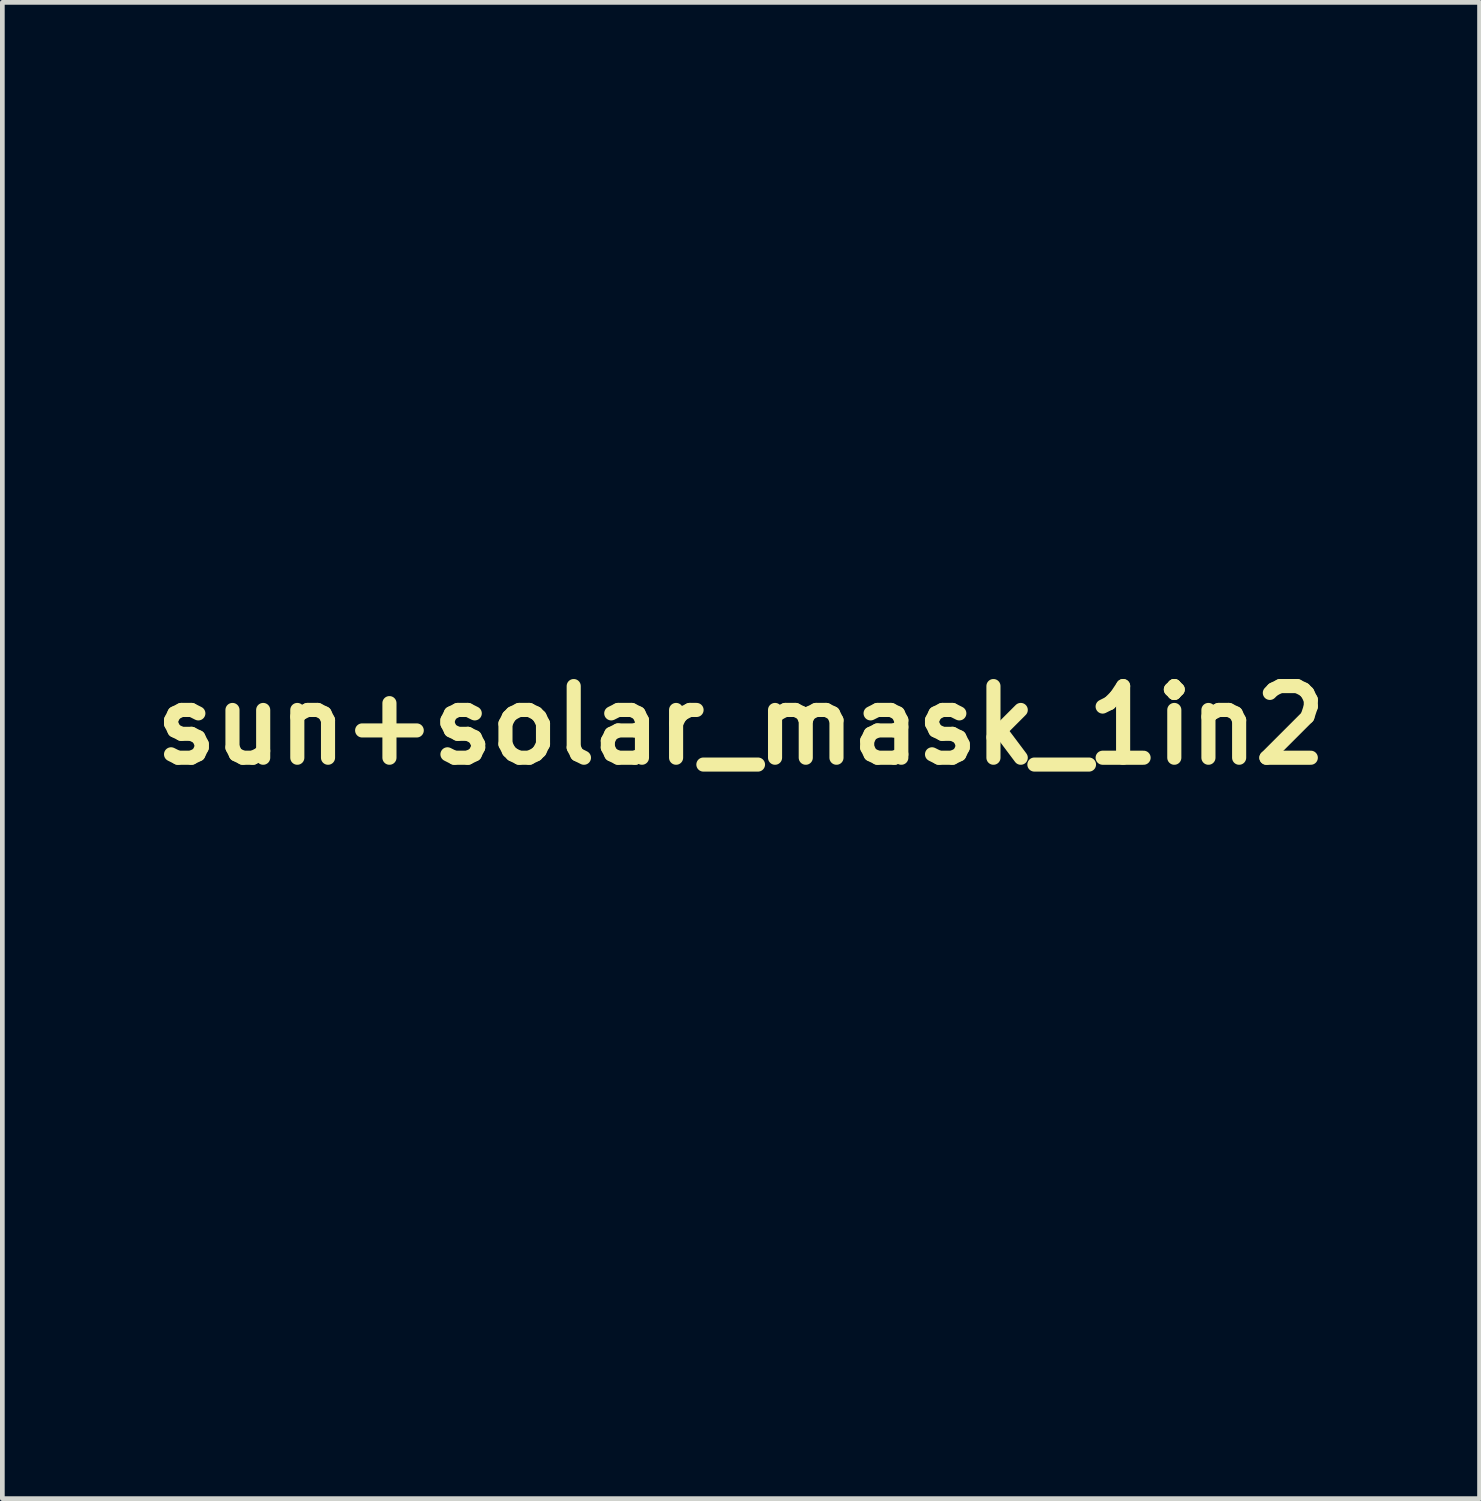
<source format=kicad_pcb>
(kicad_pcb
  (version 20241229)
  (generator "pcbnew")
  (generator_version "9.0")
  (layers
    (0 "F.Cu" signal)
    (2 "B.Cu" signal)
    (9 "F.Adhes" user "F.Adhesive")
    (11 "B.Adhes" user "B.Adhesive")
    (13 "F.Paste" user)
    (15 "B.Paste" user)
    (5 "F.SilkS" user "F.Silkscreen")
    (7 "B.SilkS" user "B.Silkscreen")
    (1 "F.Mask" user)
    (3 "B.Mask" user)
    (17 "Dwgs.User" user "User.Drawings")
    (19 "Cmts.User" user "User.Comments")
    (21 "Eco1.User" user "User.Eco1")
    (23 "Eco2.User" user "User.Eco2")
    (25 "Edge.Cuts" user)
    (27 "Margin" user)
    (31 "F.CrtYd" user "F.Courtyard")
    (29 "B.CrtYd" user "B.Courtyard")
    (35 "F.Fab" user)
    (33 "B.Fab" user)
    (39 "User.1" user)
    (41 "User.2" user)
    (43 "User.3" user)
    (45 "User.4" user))
  (footprint "sun+solar_mask_1in2"
    (layer "F.Cu")
    (at 12.707 12.375)
    (property "Reference" "sun+solar_mask_1in2" (at 0 0 0) (layer "F.SilkS") (effects (font (size 1.524 1.524) (thickness 0.3))))
    (attr board_only exclude_from_pos_files exclude_from_bom)
    (fp_poly (pts (xy 1.244 6.16) (xy 1.246 6.216) (xy 1.248 6.282) (xy 1.251 6.352) (xy 1.254 6.419) (xy 1.255 6.451) (xy 1.26 6.61) (xy -1.201 6.61) (xy -1.195 6.531) (xy -1.193 6.499) (xy -1.191 6.453) (xy -1.188 6.398) (xy -1.185 6.339) (xy -1.182 6.279) (xy -1.182 6.272) (xy -1.179 6.216) (xy -1.176 6.164) (xy -1.173 6.119) (xy -1.171 6.084) (xy -1.169 6.062) (xy -1.168 6.059) (xy -1.163 6.027) (xy 1.238 6.027)) (stroke (width 0) (type solid)) (fill yes) (layer "F.Mask"))
    (fp_poly (pts (xy -5.489 12.006) (xy -5.493 12.022) (xy -5.498 12.05) (xy -5.504 12.086) (xy -5.509 12.115) (xy -5.516 12.157) (xy -5.523 12.185) (xy -5.529 12.2) (xy -5.536 12.206) (xy -5.537 12.206) (xy -5.548 12.202) (xy -5.572 12.192) (xy -5.607 12.176) (xy -5.65 12.156) (xy -5.701 12.133) (xy -5.756 12.106) (xy -5.761 12.104) (xy -5.817 12.077) (xy -5.867 12.053) (xy -5.911 12.031) (xy -5.946 12.013) (xy -5.969 12.001) (xy -5.98 11.995) (xy -5.98 11.995) (xy -5.975 11.992) (xy -5.953 11.99) (xy -5.916 11.989) (xy -5.864 11.988) (xy -5.8 11.987) (xy -5.737 11.987) (xy -5.485 11.987)) (stroke (width 0) (type solid)) (fill yes) (layer "F.Mask"))
    (fp_poly (pts (xy -10.918 6.027) (xy -10.803 6.027) (xy -10.695 6.028) (xy -10.594 6.028) (xy -10.5 6.028) (xy -10.417 6.029) (xy -10.343 6.029) (xy -10.282 6.03) (xy -10.232 6.031) (xy -10.197 6.032) (xy -10.177 6.032) (xy -10.172 6.033) (xy -10.175 6.042) (xy -10.183 6.065) (xy -10.196 6.1) (xy -10.213 6.146) (xy -10.233 6.2) (xy -10.255 6.26) (xy -10.279 6.324) (xy -10.387 6.61) (xy -10.991 6.61) (xy -11.595 6.61) (xy -11.731 6.354) (xy -11.764 6.292) (xy -11.795 6.234) (xy -11.823 6.18) (xy -11.848 6.134) (xy -11.867 6.098) (xy -11.88 6.073) (xy -11.885 6.063) (xy -11.903 6.027) (xy -11.037 6.027)) (stroke (width 0) (type solid)) (fill yes) (layer "F.Mask"))
    (fp_poly (pts (xy -7.323 6.05) (xy -7.326 6.064) (xy -7.334 6.092) (xy -7.344 6.131) (xy -7.358 6.181) (xy -7.374 6.238) (xy -7.391 6.301) (xy -7.401 6.339) (xy -7.475 6.605) (xy -8.7 6.607) (xy -8.843 6.608) (xy -8.981 6.608) (xy -9.113 6.608) (xy -9.239 6.608) (xy -9.357 6.608) (xy -9.467 6.607) (xy -9.567 6.607) (xy -9.657 6.607) (xy -9.736 6.606) (xy -9.803 6.606) (xy -9.857 6.605) (xy -9.896 6.605) (xy -9.921 6.604) (xy -9.93 6.603) (xy -9.928 6.594) (xy -9.92 6.571) (xy -9.909 6.536) (xy -9.893 6.49) (xy -9.874 6.436) (xy -9.852 6.375) (xy -9.83 6.314) (xy -9.727 6.031) (xy -8.522 6.029) (xy -7.317 6.027)) (stroke (width 0) (type solid)) (fill yes) (layer "F.Mask"))
    (fp_poly (pts (xy -4.468 6.05) (xy -4.47 6.064) (xy -4.475 6.092) (xy -4.482 6.133) (xy -4.491 6.183) (xy -4.501 6.242) (xy -4.512 6.305) (xy -4.517 6.336) (xy -4.562 6.598) (xy -5.465 6.604) (xy -5.596 6.605) (xy -5.727 6.606) (xy -5.857 6.606) (xy -5.985 6.607) (xy -6.109 6.607) (xy -6.227 6.608) (xy -6.337 6.609) (xy -6.438 6.609) (xy -6.529 6.609) (xy -6.606 6.609) (xy -6.669 6.61) (xy -6.696 6.61) (xy -7.024 6.61) (xy -7.019 6.591) (xy -7.016 6.578) (xy -7.009 6.551) (xy -6.998 6.512) (xy -6.986 6.463) (xy -6.971 6.406) (xy -6.955 6.343) (xy -6.944 6.301) (xy -6.874 6.031) (xy -5.668 6.029) (xy -4.463 6.027)) (stroke (width 0) (type solid)) (fill yes) (layer "F.Mask"))
    (fp_poly (pts (xy 5.793 11.987) (xy 6.124 11.988) (xy 6.031 12.035) (xy 5.993 12.054) (xy 5.945 12.078) (xy 5.891 12.104) (xy 5.833 12.132) (xy 5.774 12.16) (xy 5.715 12.188) (xy 5.661 12.213) (xy 5.613 12.235) (xy 5.575 12.252) (xy 5.549 12.264) (xy 5.544 12.266) (xy 5.505 12.281) (xy 5.5 12.259) (xy 5.497 12.238) (xy 5.491 12.207) (xy 5.485 12.169) (xy 5.479 12.127) (xy 5.473 12.086) (xy 5.468 12.049) (xy 5.464 12.02) (xy 5.462 12.002) (xy 5.462 12) (xy 5.463 11.997) (xy 5.468 11.994) (xy 5.479 11.992) (xy 5.496 11.99) (xy 5.522 11.989) (xy 5.558 11.988) (xy 5.606 11.987) (xy 5.666 11.987) (xy 5.74 11.987)) (stroke (width 0) (type solid)) (fill yes) (layer "F.Mask"))
    (fp_poly (pts (xy -1.615 6.071) (xy -1.617 6.092) (xy -1.619 6.126) (xy -1.622 6.172) (xy -1.626 6.226) (xy -1.63 6.286) (xy -1.634 6.344) (xy -1.637 6.405) (xy -1.641 6.461) (xy -1.644 6.511) (xy -1.647 6.55) (xy -1.65 6.578) (xy -1.651 6.591) (xy -1.655 6.61) (xy -2.883 6.61) (xy -3.025 6.61) (xy -3.163 6.609) (xy -3.296 6.609) (xy -3.421 6.609) (xy -3.539 6.609) (xy -3.649 6.608) (xy -3.749 6.608) (xy -3.839 6.607) (xy -3.918 6.607) (xy -3.985 6.606) (xy -4.038 6.605) (xy -4.078 6.605) (xy -4.102 6.604) (xy -4.111 6.603) (xy -4.111 6.603) (xy -4.109 6.594) (xy -4.106 6.569) (xy -4.1 6.532) (xy -4.093 6.485) (xy -4.084 6.428) (xy -4.074 6.365) (xy -4.066 6.314) (xy -4.022 6.031) (xy -2.816 6.029) (xy -1.61 6.027)) (stroke (width 0) (type solid)) (fill yes) (layer "F.Mask"))
    (fp_poly (pts (xy -7.575 6.966) (xy -7.578 6.977) (xy -7.585 7.002) (xy -7.596 7.042) (xy -7.61 7.095) (xy -7.628 7.161) (xy -7.649 7.237) (xy -7.673 7.323) (xy -7.699 7.418) (xy -7.727 7.522) (xy -7.758 7.632) (xy -7.79 7.748) (xy -7.823 7.869) (xy -7.839 7.929) (xy -8.099 8.872) (xy -9.992 8.872) (xy -10.122 8.719) (xy -10.173 8.658) (xy -10.224 8.597) (xy -10.275 8.535) (xy -10.324 8.475) (xy -10.37 8.418) (xy -10.412 8.366) (xy -10.448 8.319) (xy -10.478 8.28) (xy -10.501 8.25) (xy -10.514 8.23) (xy -10.518 8.222) (xy -10.515 8.212) (xy -10.507 8.188) (xy -10.494 8.15) (xy -10.476 8.1) (xy -10.455 8.039) (xy -10.43 7.968) (xy -10.401 7.889) (xy -10.37 7.803) (xy -10.336 7.71) (xy -10.301 7.613) (xy -10.289 7.578) (xy -10.059 6.947) (xy -7.57 6.947)) (stroke (width 0) (type solid)) (fill yes) (layer "F.Mask"))
    (fp_poly (pts (xy 3.04 6.027) (xy 3.19 6.027) (xy 3.331 6.028) (xy 3.462 6.028) (xy 3.583 6.028) (xy 3.692 6.029) (xy 3.79 6.03) (xy 3.875 6.03) (xy 3.947 6.031) (xy 4.005 6.032) (xy 4.049 6.033) (xy 4.077 6.034) (xy 4.089 6.035) (xy 4.089 6.035) (xy 4.092 6.045) (xy 4.096 6.069) (xy 4.102 6.106) (xy 4.109 6.154) (xy 4.117 6.209) (xy 4.125 6.27) (xy 4.128 6.286) (xy 4.136 6.35) (xy 4.145 6.411) (xy 4.152 6.466) (xy 4.159 6.512) (xy 4.163 6.547) (xy 4.166 6.568) (xy 4.167 6.569) (xy 4.172 6.61) (xy 1.715 6.61) (xy 1.71 6.548) (xy 1.708 6.522) (xy 1.706 6.482) (xy 1.703 6.432) (xy 1.7 6.375) (xy 1.697 6.316) (xy 1.696 6.293) (xy 1.694 6.235) (xy 1.691 6.181) (xy 1.688 6.133) (xy 1.686 6.095) (xy 1.684 6.07) (xy 1.683 6.063) (xy 1.678 6.027) (xy 2.881 6.027)) (stroke (width 0) (type solid)) (fill yes) (layer "F.Mask"))
    (fp_poly (pts (xy 7.01 6.304) (xy 7.026 6.37) (xy 7.041 6.431) (xy 7.054 6.486) (xy 7.065 6.532) (xy 7.074 6.566) (xy 7.079 6.588) (xy 7.081 6.595) (xy 7.081 6.597) (xy 7.079 6.599) (xy 7.074 6.6) (xy 7.066 6.602) (xy 7.054 6.603) (xy 7.037 6.604) (xy 7.014 6.605) (xy 6.984 6.606) (xy 6.947 6.607) (xy 6.902 6.607) (xy 6.847 6.608) (xy 6.783 6.608) (xy 6.709 6.609) (xy 6.622 6.609) (xy 6.524 6.609) (xy 6.413 6.609) (xy 6.287 6.609) (xy 6.147 6.61) (xy 5.992 6.61) (xy 5.855 6.61) (xy 4.626 6.61) (xy 4.622 6.591) (xy 4.619 6.573) (xy 4.614 6.543) (xy 4.607 6.501) (xy 4.599 6.452) (xy 4.591 6.396) (xy 4.582 6.337) (xy 4.573 6.278) (xy 4.565 6.22) (xy 4.557 6.167) (xy 4.551 6.121) (xy 4.546 6.084) (xy 4.542 6.059) (xy 4.541 6.049) (xy 4.541 6.027) (xy 6.943 6.027)) (stroke (width 0) (type solid)) (fill yes) (layer "F.Mask"))
    (fp_poly (pts (xy 10.969 6.949) (xy 11.045 6.949) (xy 11.12 6.95) (xy 11.194 6.951) (xy 11.263 6.952) (xy 11.327 6.953) (xy 11.368 6.955) (xy 11.521 6.96) (xy 11.41 7.137) (xy 11.371 7.199) (xy 11.328 7.265) (xy 11.283 7.334) (xy 11.237 7.405) (xy 11.19 7.476) (xy 11.143 7.545) (xy 11.099 7.612) (xy 11.057 7.674) (xy 11.018 7.73) (xy 10.984 7.779) (xy 10.956 7.819) (xy 10.934 7.849) (xy 10.92 7.867) (xy 10.915 7.872) (xy 10.907 7.869) (xy 10.902 7.861) (xy 10.89 7.829) (xy 10.874 7.786) (xy 10.855 7.734) (xy 10.833 7.673) (xy 10.809 7.607) (xy 10.783 7.536) (xy 10.757 7.462) (xy 10.731 7.388) (xy 10.705 7.314) (xy 10.679 7.242) (xy 10.656 7.175) (xy 10.635 7.114) (xy 10.616 7.06) (xy 10.601 7.015) (xy 10.59 6.982) (xy 10.583 6.961) (xy 10.582 6.955) (xy 10.591 6.953) (xy 10.615 6.952) (xy 10.653 6.951) (xy 10.701 6.95) (xy 10.759 6.949) (xy 10.824 6.949) (xy 10.895 6.948)) (stroke (width 0) (type solid)) (fill yes) (layer "F.Mask"))
    (fp_poly (pts (xy -5.699 6.947) (xy -5.546 6.947) (xy -5.408 6.947) (xy -5.285 6.947) (xy -5.175 6.948) (xy -5.078 6.948) (xy -4.993 6.948) (xy -4.919 6.948) (xy -4.856 6.949) (xy -4.803 6.949) (xy -4.758 6.95) (xy -4.722 6.951) (xy -4.693 6.952) (xy -4.67 6.953) (xy -4.653 6.954) (xy -4.641 6.955) (xy -4.633 6.957) (xy -4.629 6.958) (xy -4.627 6.96) (xy -4.626 6.962) (xy -4.628 6.972) (xy -4.632 6.998) (xy -4.638 7.038) (xy -4.647 7.092) (xy -4.659 7.158) (xy -4.672 7.235) (xy -4.686 7.322) (xy -4.703 7.419) (xy -4.721 7.524) (xy -4.74 7.636) (xy -4.76 7.754) (xy -4.781 7.876) (xy -4.789 7.922) (xy -4.951 8.868) (xy -6.282 8.87) (xy -7.613 8.872) (xy -7.581 8.752) (xy -7.574 8.727) (xy -7.564 8.686) (xy -7.55 8.633) (xy -7.533 8.566) (xy -7.512 8.489) (xy -7.49 8.401) (xy -7.465 8.305) (xy -7.438 8.202) (xy -7.409 8.093) (xy -7.38 7.979) (xy -7.349 7.862) (xy -7.331 7.789) (xy -7.112 6.947) (xy -5.869 6.947)) (stroke (width 0) (type solid)) (fill yes) (layer "F.Mask"))
    (fp_poly (pts (xy 3.458 11.989) (xy 4.925 11.991) (xy 4.96 12.24) (xy 4.97 12.318) (xy 4.978 12.38) (xy 4.984 12.428) (xy 4.987 12.463) (xy 4.988 12.486) (xy 4.986 12.497) (xy 4.985 12.499) (xy 4.975 12.504) (xy 4.951 12.515) (xy 4.916 12.529) (xy 4.873 12.546) (xy 4.822 12.566) (xy 4.79 12.578) (xy 4.378 12.725) (xy 3.969 12.857) (xy 3.56 12.975) (xy 3.149 13.078) (xy 2.735 13.169) (xy 2.313 13.247) (xy 2.282 13.253) (xy 2.225 13.262) (xy 2.174 13.27) (xy 2.13 13.278) (xy 2.096 13.283) (xy 2.075 13.286) (xy 2.069 13.287) (xy 2.06 13.28) (xy 2.056 13.272) (xy 2.055 13.261) (xy 2.053 13.235) (xy 2.051 13.196) (xy 2.047 13.145) (xy 2.044 13.083) (xy 2.04 13.013) (xy 2.036 12.935) (xy 2.031 12.853) (xy 2.027 12.766) (xy 2.022 12.677) (xy 2.018 12.588) (xy 2.013 12.5) (xy 2.009 12.415) (xy 2.005 12.335) (xy 2.001 12.26) (xy 1.998 12.193) (xy 1.996 12.136) (xy 1.994 12.089) (xy 1.993 12.055) (xy 1.992 12.036) (xy 1.992 11.987)) (stroke (width 0) (type solid)) (fill yes) (layer "F.Mask"))
    (fp_poly (pts (xy 9.539 9.493) (xy 9.394 9.637) (xy 9.256 9.77) (xy 9.124 9.895) (xy 8.994 10.014) (xy 8.868 10.126) (xy 8.787 10.196) (xy 8.719 10.255) (xy 8.662 10.304) (xy 8.615 10.342) (xy 8.578 10.372) (xy 8.55 10.392) (xy 8.532 10.404) (xy 8.521 10.408) (xy 8.517 10.404) (xy 8.515 10.396) (xy 8.509 10.372) (xy 8.5 10.335) (xy 8.487 10.285) (xy 8.472 10.225) (xy 8.453 10.154) (xy 8.433 10.076) (xy 8.411 9.99) (xy 8.388 9.899) (xy 8.374 9.846) (xy 8.35 9.752) (xy 8.327 9.662) (xy 8.305 9.579) (xy 8.286 9.503) (xy 8.269 9.435) (xy 8.254 9.378) (xy 8.243 9.332) (xy 8.235 9.298) (xy 8.231 9.28) (xy 8.23 9.276) (xy 8.231 9.273) (xy 8.233 9.271) (xy 8.238 9.269) (xy 8.246 9.267) (xy 8.26 9.265) (xy 8.279 9.264) (xy 8.304 9.263) (xy 8.338 9.262) (xy 8.38 9.262) (xy 8.432 9.261) (xy 8.495 9.261) (xy 8.57 9.26) (xy 8.658 9.26) (xy 8.759 9.26) (xy 8.876 9.26) (xy 9.001 9.26) (xy 9.771 9.26)) (stroke (width 0) (type solid)) (fill yes) (layer "F.Mask"))
    (fp_poly (pts (xy 1.275 6.987) (xy 1.275 7.002) (xy 1.276 7.033) (xy 1.277 7.077) (xy 1.279 7.134) (xy 1.281 7.203) (xy 1.284 7.281) (xy 1.287 7.368) (xy 1.29 7.461) (xy 1.294 7.561) (xy 1.298 7.664) (xy 1.301 7.771) (xy 1.305 7.879) (xy 1.309 7.986) (xy 1.313 8.093) (xy 1.317 8.196) (xy 1.32 8.295) (xy 1.324 8.389) (xy 1.327 8.476) (xy 1.33 8.554) (xy 1.333 8.622) (xy 1.335 8.68) (xy 1.337 8.724) (xy 1.338 8.754) (xy 1.338 8.76) (xy 1.344 8.872) (xy -1.317 8.872) (xy -1.317 8.849) (xy -1.316 8.836) (xy -1.315 8.808) (xy -1.313 8.765) (xy -1.31 8.71) (xy -1.307 8.643) (xy -1.303 8.567) (xy -1.299 8.481) (xy -1.294 8.388) (xy -1.289 8.29) (xy -1.283 8.186) (xy -1.278 8.08) (xy -1.272 7.971) (xy -1.266 7.862) (xy -1.26 7.754) (xy -1.255 7.648) (xy -1.249 7.545) (xy -1.244 7.448) (xy -1.239 7.356) (xy -1.234 7.273) (xy -1.23 7.198) (xy -1.227 7.134) (xy -1.224 7.081) (xy -1.221 7.041) (xy -1.22 7.016) (xy -1.219 7.008) (xy -1.214 6.947) (xy 1.275 6.947)) (stroke (width 0) (type solid)) (fill yes) (layer "F.Mask"))
    (fp_poly (pts (xy -1.674 6.975) (xy -1.676 6.987) (xy -1.678 7.014) (xy -1.681 7.057) (xy -1.685 7.112) (xy -1.69 7.18) (xy -1.696 7.26) (xy -1.702 7.349) (xy -1.708 7.447) (xy -1.716 7.553) (xy -1.723 7.665) (xy -1.731 7.783) (xy -1.739 7.901) (xy -1.747 8.023) (xy -1.755 8.142) (xy -1.762 8.254) (xy -1.769 8.361) (xy -1.776 8.459) (xy -1.782 8.549) (xy -1.788 8.628) (xy -1.792 8.697) (xy -1.796 8.753) (xy -1.799 8.796) (xy -1.802 8.824) (xy -1.803 8.836) (xy -1.807 8.872) (xy -4.467 8.872) (xy -4.462 8.849) (xy -4.46 8.835) (xy -4.455 8.806) (xy -4.448 8.763) (xy -4.439 8.708) (xy -4.429 8.642) (xy -4.417 8.566) (xy -4.404 8.481) (xy -4.389 8.389) (xy -4.374 8.291) (xy -4.358 8.188) (xy -4.341 8.082) (xy -4.325 7.974) (xy -4.308 7.865) (xy -4.291 7.757) (xy -4.274 7.65) (xy -4.258 7.546) (xy -4.243 7.447) (xy -4.229 7.353) (xy -4.215 7.267) (xy -4.203 7.189) (xy -4.193 7.12) (xy -4.184 7.062) (xy -4.177 7.017) (xy -4.173 6.985) (xy -4.17 6.967) (xy -4.17 6.965) (xy -4.17 6.947) (xy -1.67 6.947)) (stroke (width 0) (type solid)) (fill yes) (layer "F.Mask"))
    (fp_poly (pts (xy -10.86 6.947) (xy -10.779 6.947) (xy -10.712 6.948) (xy -10.658 6.948) (xy -10.615 6.949) (xy -10.583 6.95) (xy -10.559 6.951) (xy -10.543 6.953) (xy -10.533 6.955) (xy -10.528 6.957) (xy -10.526 6.96) (xy -10.526 6.961) (xy -10.529 6.973) (xy -10.538 6.998) (xy -10.551 7.035) (xy -10.568 7.082) (xy -10.588 7.137) (xy -10.611 7.198) (xy -10.636 7.264) (xy -10.662 7.333) (xy -10.689 7.403) (xy -10.716 7.472) (xy -10.741 7.538) (xy -10.766 7.6) (xy -10.788 7.656) (xy -10.807 7.704) (xy -10.823 7.742) (xy -10.834 7.769) (xy -10.841 7.782) (xy -10.842 7.783) (xy -10.849 7.776) (xy -10.864 7.757) (xy -10.886 7.727) (xy -10.914 7.687) (xy -10.947 7.64) (xy -10.983 7.587) (xy -11.018 7.536) (xy -11.074 7.452) (xy -11.128 7.371) (xy -11.179 7.293) (xy -11.227 7.22) (xy -11.269 7.153) (xy -11.306 7.094) (xy -11.338 7.043) (xy -11.362 7.003) (xy -11.378 6.973) (xy -11.387 6.955) (xy -11.387 6.952) (xy -11.379 6.951) (xy -11.356 6.95) (xy -11.319 6.949) (xy -11.269 6.949) (xy -11.209 6.948) (xy -11.14 6.948) (xy -11.064 6.947) (xy -10.982 6.947) (xy -10.957 6.947)) (stroke (width 0) (type solid)) (fill yes) (layer "F.Mask"))
    (fp_poly (pts (xy -8.21 9.279) (xy -8.213 9.29) (xy -8.221 9.317) (xy -8.232 9.356) (xy -8.246 9.408) (xy -8.263 9.47) (xy -8.283 9.541) (xy -8.305 9.619) (xy -8.328 9.704) (xy -8.353 9.794) (xy -8.357 9.808) (xy -8.382 9.898) (xy -8.405 9.983) (xy -8.428 10.061) (xy -8.448 10.131) (xy -8.465 10.193) (xy -8.481 10.244) (xy -8.492 10.283) (xy -8.501 10.309) (xy -8.505 10.32) (xy -8.505 10.321) (xy -8.514 10.316) (xy -8.533 10.302) (xy -8.56 10.279) (xy -8.595 10.251) (xy -8.633 10.217) (xy -8.644 10.208) (xy -8.719 10.142) (xy -8.787 10.082) (xy -8.851 10.025) (xy -8.911 9.97) (xy -8.971 9.914) (xy -9.032 9.856) (xy -9.097 9.794) (xy -9.168 9.726) (xy -9.247 9.649) (xy -9.319 9.577) (xy -9.379 9.518) (xy -9.435 9.463) (xy -9.486 9.412) (xy -9.531 9.367) (xy -9.57 9.329) (xy -9.599 9.299) (xy -9.62 9.279) (xy -9.629 9.268) (xy -9.63 9.267) (xy -9.622 9.266) (xy -9.599 9.265) (xy -9.561 9.264) (xy -9.51 9.263) (xy -9.447 9.262) (xy -9.373 9.262) (xy -9.289 9.261) (xy -9.198 9.261) (xy -9.099 9.26) (xy -8.994 9.26) (xy -8.918 9.26) (xy -8.204 9.26)) (stroke (width 0) (type solid)) (fill yes) (layer "F.Mask"))
    (fp_poly (pts (xy 11.255 6.027) (xy 11.371 6.027) (xy 11.482 6.028) (xy 11.585 6.028) (xy 11.681 6.028) (xy 11.767 6.029) (xy 11.843 6.029) (xy 11.907 6.03) (xy 11.959 6.031) (xy 11.998 6.031) (xy 12.021 6.032) (xy 12.029 6.033) (xy 12.025 6.042) (xy 12.014 6.064) (xy 11.998 6.097) (xy 11.976 6.139) (xy 11.951 6.187) (xy 11.923 6.24) (xy 11.894 6.296) (xy 11.864 6.353) (xy 11.834 6.408) (xy 11.807 6.46) (xy 11.798 6.475) (xy 11.727 6.605) (xy 11.089 6.608) (xy 10.45 6.61) (xy 10.441 6.586) (xy 10.436 6.573) (xy 10.426 6.546) (xy 10.412 6.507) (xy 10.394 6.458) (xy 10.374 6.402) (xy 10.352 6.341) (xy 10.34 6.308) (xy 10.317 6.246) (xy 10.296 6.188) (xy 10.278 6.137) (xy 10.262 6.095) (xy 10.251 6.063) (xy 10.244 6.045) (xy 10.243 6.04) (xy 10.243 6.038) (xy 10.246 6.036) (xy 10.253 6.035) (xy 10.265 6.033) (xy 10.283 6.032) (xy 10.308 6.031) (xy 10.34 6.03) (xy 10.38 6.029) (xy 10.43 6.029) (xy 10.49 6.028) (xy 10.562 6.028) (xy 10.646 6.028) (xy 10.743 6.027) (xy 10.854 6.027) (xy 10.98 6.027) (xy 11.121 6.027) (xy 11.133 6.027)) (stroke (width 0) (type solid)) (fill yes) (layer "F.Mask"))
    (fp_poly (pts (xy 8.058 6.028) (xy 8.184 6.029) (xy 8.325 6.029) (xy 8.481 6.029) (xy 8.591 6.029) (xy 9.796 6.031) (xy 9.895 6.314) (xy 9.918 6.38) (xy 9.939 6.44) (xy 9.957 6.494) (xy 9.973 6.539) (xy 9.985 6.574) (xy 9.992 6.596) (xy 9.994 6.603) (xy 9.986 6.604) (xy 9.962 6.605) (xy 9.923 6.605) (xy 9.869 6.606) (xy 9.803 6.607) (xy 9.724 6.607) (xy 9.634 6.608) (xy 9.534 6.608) (xy 9.425 6.609) (xy 9.307 6.609) (xy 9.181 6.609) (xy 9.049 6.609) (xy 8.911 6.61) (xy 8.769 6.61) (xy 7.539 6.61) (xy 7.531 6.582) (xy 7.526 6.567) (xy 7.519 6.538) (xy 7.508 6.497) (xy 7.495 6.447) (xy 7.48 6.39) (xy 7.463 6.327) (xy 7.458 6.306) (xy 7.442 6.243) (xy 7.427 6.185) (xy 7.414 6.134) (xy 7.403 6.092) (xy 7.395 6.062) (xy 7.39 6.044) (xy 7.389 6.042) (xy 7.389 6.04) (xy 7.391 6.038) (xy 7.396 6.036) (xy 7.403 6.035) (xy 7.416 6.034) (xy 7.433 6.032) (xy 7.456 6.031) (xy 7.485 6.031) (xy 7.522 6.03) (xy 7.567 6.029) (xy 7.622 6.029) (xy 7.686 6.029) (xy 7.761 6.028) (xy 7.848 6.028) (xy 7.946 6.028)) (stroke (width 0) (type solid)) (fill yes) (layer "F.Mask"))
    (fp_poly (pts (xy 3.118 6.947) (xy 3.257 6.947) (xy 3.39 6.947) (xy 3.517 6.948) (xy 3.636 6.948) (xy 3.747 6.948) (xy 3.849 6.948) (xy 3.94 6.949) (xy 4.02 6.949) (xy 4.088 6.949) (xy 4.143 6.95) (xy 4.184 6.95) (xy 4.21 6.95) (xy 4.221 6.951) (xy 4.221 6.951) (xy 4.222 6.96) (xy 4.225 6.985) (xy 4.23 7.024) (xy 4.238 7.076) (xy 4.246 7.139) (xy 4.257 7.213) (xy 4.268 7.295) (xy 4.281 7.386) (xy 4.294 7.482) (xy 4.308 7.584) (xy 4.323 7.69) (xy 4.338 7.798) (xy 4.353 7.907) (xy 4.369 8.016) (xy 4.384 8.124) (xy 4.398 8.229) (xy 4.413 8.331) (xy 4.426 8.427) (xy 4.439 8.517) (xy 4.45 8.598) (xy 4.461 8.671) (xy 4.469 8.733) (xy 4.477 8.784) (xy 4.482 8.822) (xy 4.485 8.845) (xy 4.487 8.853) (xy 4.491 8.872) (xy 1.833 8.872) (xy 1.828 8.844) (xy 1.827 8.832) (xy 1.825 8.804) (xy 1.822 8.762) (xy 1.819 8.706) (xy 1.815 8.639) (xy 1.811 8.56) (xy 1.807 8.471) (xy 1.802 8.374) (xy 1.796 8.269) (xy 1.791 8.158) (xy 1.785 8.041) (xy 1.781 7.964) (xy 1.775 7.844) (xy 1.769 7.727) (xy 1.764 7.615) (xy 1.758 7.508) (xy 1.753 7.409) (xy 1.749 7.319) (xy 1.745 7.238) (xy 1.741 7.169) (xy 1.738 7.111) (xy 1.736 7.067) (xy 1.734 7.039) (xy 1.734 7.03) (xy 1.728 6.947) (xy 2.974 6.947)) (stroke (width 0) (type solid)) (fill yes) (layer "F.Mask"))
    (fp_poly (pts (xy 8.282 6.949) (xy 8.405 6.949) (xy 8.543 6.949) (xy 8.696 6.949) (xy 8.865 6.949) (xy 8.874 6.949) (xy 10.116 6.951) (xy 10.351 7.627) (xy 10.386 7.729) (xy 10.42 7.827) (xy 10.452 7.92) (xy 10.481 8.005) (xy 10.507 8.083) (xy 10.53 8.151) (xy 10.549 8.209) (xy 10.564 8.255) (xy 10.575 8.288) (xy 10.581 8.308) (xy 10.582 8.312) (xy 10.575 8.323) (xy 10.559 8.344) (xy 10.535 8.375) (xy 10.505 8.413) (xy 10.469 8.457) (xy 10.431 8.505) (xy 10.39 8.554) (xy 10.349 8.604) (xy 10.31 8.652) (xy 10.272 8.697) (xy 10.239 8.736) (xy 10.217 8.762) (xy 10.125 8.868) (xy 8.121 8.872) (xy 8.113 8.84) (xy 8.11 8.828) (xy 8.103 8.8) (xy 8.092 8.759) (xy 8.078 8.704) (xy 8.061 8.637) (xy 8.041 8.559) (xy 8.018 8.472) (xy 7.993 8.375) (xy 7.966 8.271) (xy 7.938 8.16) (xy 7.907 8.044) (xy 7.876 7.923) (xy 7.868 7.891) (xy 7.837 7.77) (xy 7.807 7.653) (xy 7.778 7.542) (xy 7.751 7.437) (xy 7.726 7.34) (xy 7.704 7.252) (xy 7.684 7.173) (xy 7.666 7.105) (xy 7.652 7.049) (xy 7.642 7.005) (xy 7.634 6.976) (xy 7.631 6.962) (xy 7.631 6.961) (xy 7.632 6.959) (xy 7.636 6.957) (xy 7.643 6.956) (xy 7.654 6.954) (xy 7.67 6.953) (xy 7.692 6.952) (xy 7.721 6.951) (xy 7.757 6.951) (xy 7.801 6.95) (xy 7.854 6.949) (xy 7.917 6.949) (xy 7.99 6.949) (xy 8.075 6.949) (xy 8.172 6.949)) (stroke (width 0) (type solid)) (fill yes) (layer "F.Mask"))
    (fp_poly (pts (xy 1.359 9.317) (xy 1.359 9.333) (xy 1.36 9.364) (xy 1.362 9.41) (xy 1.364 9.47) (xy 1.366 9.542) (xy 1.369 9.625) (xy 1.372 9.72) (xy 1.376 9.823) (xy 1.379 9.934) (xy 1.384 10.053) (xy 1.388 10.178) (xy 1.393 10.308) (xy 1.397 10.433) (xy 1.402 10.566) (xy 1.406 10.694) (xy 1.411 10.816) (xy 1.415 10.932) (xy 1.419 11.04) (xy 1.422 11.14) (xy 1.425 11.229) (xy 1.428 11.308) (xy 1.431 11.376) (xy 1.432 11.43) (xy 1.434 11.471) (xy 1.435 11.497) (xy 1.435 11.507) (xy 1.434 11.509) (xy 1.432 11.511) (xy 1.428 11.513) (xy 1.421 11.514) (xy 1.409 11.515) (xy 1.394 11.516) (xy 1.372 11.517) (xy 1.345 11.518) (xy 1.312 11.519) (xy 1.27 11.52) (xy 1.221 11.52) (xy 1.162 11.521) (xy 1.094 11.521) (xy 1.015 11.522) (xy 0.925 11.522) (xy 0.824 11.522) (xy 0.709 11.522) (xy 0.581 11.522) (xy 0.439 11.522) (xy 0.282 11.522) (xy 0.109 11.522) (xy -0.014 11.522) (xy -1.462 11.522) (xy -1.457 11.47) (xy -1.456 11.455) (xy -1.454 11.425) (xy -1.452 11.381) (xy -1.448 11.324) (xy -1.444 11.255) (xy -1.44 11.175) (xy -1.435 11.086) (xy -1.43 10.989) (xy -1.424 10.885) (xy -1.419 10.776) (xy -1.413 10.662) (xy -1.406 10.546) (xy -1.4 10.427) (xy -1.394 10.309) (xy -1.388 10.191) (xy -1.382 10.074) (xy -1.376 9.962) (xy -1.37 9.853) (xy -1.365 9.751) (xy -1.36 9.655) (xy -1.355 9.568) (xy -1.352 9.49) (xy -1.348 9.423) (xy -1.346 9.369) (xy -1.344 9.327) (xy -1.342 9.3) (xy -1.342 9.289) (xy -1.342 9.26) (xy 1.359 9.26)) (stroke (width 0) (type solid)) (fill yes) (layer "F.Mask"))
    (fp_poly (pts (xy 4.545 9.279) (xy 4.547 9.29) (xy 4.551 9.316) (xy 4.557 9.357) (xy 4.564 9.412) (xy 4.574 9.479) (xy 4.585 9.558) (xy 4.597 9.648) (xy 4.611 9.748) (xy 4.627 9.856) (xy 4.643 9.972) (xy 4.66 10.095) (xy 4.678 10.224) (xy 4.696 10.357) (xy 4.702 10.396) (xy 4.72 10.53) (xy 4.738 10.66) (xy 4.756 10.784) (xy 4.772 10.902) (xy 4.787 11.012) (xy 4.802 11.114) (xy 4.815 11.206) (xy 4.826 11.288) (xy 4.836 11.359) (xy 4.844 11.417) (xy 4.85 11.462) (xy 4.855 11.492) (xy 4.857 11.506) (xy 4.857 11.508) (xy 4.857 11.51) (xy 4.855 11.511) (xy 4.851 11.513) (xy 4.843 11.514) (xy 4.832 11.515) (xy 4.815 11.517) (xy 4.794 11.518) (xy 4.766 11.518) (xy 4.731 11.519) (xy 4.689 11.52) (xy 4.638 11.52) (xy 4.578 11.521) (xy 4.509 11.521) (xy 4.428 11.522) (xy 4.337 11.522) (xy 4.233 11.522) (xy 4.116 11.522) (xy 3.986 11.522) (xy 3.842 11.522) (xy 3.682 11.522) (xy 3.507 11.522) (xy 3.415 11.522) (xy 1.968 11.522) (xy 1.963 11.482) (xy 1.962 11.469) (xy 1.96 11.44) (xy 1.958 11.396) (xy 1.955 11.338) (xy 1.951 11.268) (xy 1.946 11.187) (xy 1.942 11.095) (xy 1.936 10.994) (xy 1.931 10.884) (xy 1.925 10.768) (xy 1.919 10.645) (xy 1.912 10.518) (xy 1.908 10.429) (xy 1.901 10.298) (xy 1.895 10.171) (xy 1.889 10.048) (xy 1.883 9.932) (xy 1.877 9.822) (xy 1.872 9.721) (xy 1.867 9.629) (xy 1.863 9.547) (xy 1.859 9.477) (xy 1.856 9.42) (xy 1.854 9.376) (xy 1.852 9.348) (xy 1.852 9.338) (xy 1.846 9.26) (xy 4.541 9.26)) (stroke (width 0) (type solid)) (fill yes) (layer "F.Mask"))
    (fp_poly (pts (xy -2.021 12.048) (xy -2.022 12.064) (xy -2.024 12.095) (xy -2.028 12.139) (xy -2.031 12.194) (xy -2.036 12.259) (xy -2.041 12.332) (xy -2.046 12.411) (xy -2.052 12.494) (xy -2.058 12.581) (xy -2.064 12.669) (xy -2.069 12.757) (xy -2.075 12.842) (xy -2.081 12.924) (xy -2.086 13) (xy -2.09 13.07) (xy -2.094 13.13) (xy -2.097 13.181) (xy -2.1 13.219) (xy -2.101 13.244) (xy -2.102 13.253) (xy -2.103 13.257) (xy -2.107 13.259) (xy -2.115 13.259) (xy -2.13 13.258) (xy -2.152 13.255) (xy -2.183 13.25) (xy -2.225 13.243) (xy -2.279 13.232) (xy -2.347 13.219) (xy -2.414 13.206) (xy -2.641 13.161) (xy -2.853 13.115) (xy -3.055 13.069) (xy -3.25 13.022) (xy -3.44 12.972) (xy -3.63 12.919) (xy -3.821 12.862) (xy -4.018 12.8) (xy -4.107 12.772) (xy -4.171 12.75) (xy -4.242 12.726) (xy -4.318 12.7) (xy -4.397 12.672) (xy -4.478 12.643) (xy -4.56 12.613) (xy -4.639 12.584) (xy -4.715 12.556) (xy -4.787 12.529) (xy -4.851 12.504) (xy -4.908 12.482) (xy -4.954 12.464) (xy -4.989 12.449) (xy -5.01 12.438) (xy -5.016 12.435) (xy -5.017 12.425) (xy -5.015 12.401) (xy -5.011 12.365) (xy -5.004 12.319) (xy -4.997 12.266) (xy -4.989 12.216) (xy -4.98 12.158) (xy -4.971 12.105) (xy -4.965 12.06) (xy -4.959 12.025) (xy -4.956 12.003) (xy -4.955 11.995) (xy -4.947 11.994) (xy -4.921 11.993) (xy -4.879 11.992) (xy -4.82 11.991) (xy -4.745 11.99) (xy -4.652 11.989) (xy -4.543 11.989) (xy -4.417 11.988) (xy -4.274 11.988) (xy -4.115 11.987) (xy -3.939 11.987) (xy -3.747 11.987) (xy -3.538 11.987) (xy -3.485 11.987) (xy -2.015 11.987)) (stroke (width 0) (type solid)) (fill yes) (layer "F.Mask"))
    (fp_poly (pts (xy 7.174 6.979) (xy 7.179 6.997) (xy 7.187 7.029) (xy 7.198 7.074) (xy 7.212 7.131) (xy 7.229 7.199) (xy 7.248 7.277) (xy 7.269 7.362) (xy 7.291 7.455) (xy 7.315 7.553) (xy 7.34 7.655) (xy 7.365 7.76) (xy 7.391 7.868) (xy 7.418 7.976) (xy 7.444 8.083) (xy 7.469 8.188) (xy 7.494 8.29) (xy 7.517 8.388) (xy 7.54 8.48) (xy 7.56 8.565) (xy 7.579 8.642) (xy 7.595 8.71) (xy 7.608 8.766) (xy 7.619 8.811) (xy 7.627 8.842) (xy 7.63 8.859) (xy 7.631 8.862) (xy 7.627 8.863) (xy 7.614 8.865) (xy 7.591 8.866) (xy 7.558 8.867) (xy 7.515 8.868) (xy 7.461 8.869) (xy 7.395 8.869) (xy 7.317 8.87) (xy 7.226 8.87) (xy 7.122 8.871) (xy 7.004 8.871) (xy 6.871 8.871) (xy 6.724 8.872) (xy 6.561 8.872) (xy 6.381 8.872) (xy 6.301 8.872) (xy 6.12 8.872) (xy 5.955 8.872) (xy 5.805 8.872) (xy 5.67 8.871) (xy 5.549 8.871) (xy 5.442 8.871) (xy 5.348 8.87) (xy 5.266 8.87) (xy 5.196 8.869) (xy 5.137 8.869) (xy 5.088 8.868) (xy 5.048 8.867) (xy 5.018 8.866) (xy 4.996 8.865) (xy 4.981 8.864) (xy 4.973 8.862) (xy 4.972 8.861) (xy 4.971 8.852) (xy 4.967 8.827) (xy 4.961 8.788) (xy 4.953 8.736) (xy 4.944 8.672) (xy 4.932 8.599) (xy 4.92 8.516) (xy 4.906 8.426) (xy 4.891 8.33) (xy 4.876 8.228) (xy 4.859 8.123) (xy 4.843 8.015) (xy 4.826 7.906) (xy 4.809 7.797) (xy 4.792 7.69) (xy 4.776 7.585) (xy 4.761 7.484) (xy 4.746 7.389) (xy 4.732 7.3) (xy 4.719 7.219) (xy 4.708 7.147) (xy 4.699 7.085) (xy 4.691 7.036) (xy 4.685 6.999) (xy 4.681 6.977) (xy 4.68 6.97) (xy 4.675 6.947) (xy 7.166 6.947)) (stroke (width 0) (type solid)) (fill yes) (layer "F.Mask"))
    (fp_poly (pts (xy -6.688 9.26) (xy -6.56 9.26) (xy -6.43 9.26) (xy -6.299 9.26) (xy -6.17 9.261) (xy -6.041 9.261) (xy -5.916 9.261) (xy -5.794 9.261) (xy -5.677 9.262) (xy -5.567 9.262) (xy -5.463 9.262) (xy -5.368 9.263) (xy -5.282 9.263) (xy -5.206 9.264) (xy -5.142 9.264) (xy -5.09 9.265) (xy -5.053 9.265) (xy -5.03 9.266) (xy -5.022 9.266) (xy -5.024 9.275) (xy -5.028 9.3) (xy -5.034 9.339) (xy -5.043 9.392) (xy -5.054 9.458) (xy -5.067 9.536) (xy -5.082 9.624) (xy -5.099 9.723) (xy -5.117 9.83) (xy -5.137 9.945) (xy -5.158 10.068) (xy -5.18 10.196) (xy -5.203 10.329) (xy -5.214 10.398) (xy -5.407 11.522) (xy -6.12 11.522) (xy -6.833 11.522) (xy -7.011 11.41) (xy -7.113 11.345) (xy -7.221 11.274) (xy -7.331 11.202) (xy -7.438 11.13) (xy -7.54 11.061) (xy -7.633 10.996) (xy -7.682 10.962) (xy -7.723 10.933) (xy -7.769 10.899) (xy -7.819 10.863) (xy -7.869 10.826) (xy -7.918 10.789) (xy -7.964 10.755) (xy -8.004 10.724) (xy -8.037 10.7) (xy -8.059 10.682) (xy -8.068 10.674) (xy -8.069 10.67) (xy -8.069 10.659) (xy -8.066 10.642) (xy -8.061 10.616) (xy -8.053 10.582) (xy -8.043 10.539) (xy -8.03 10.485) (xy -8.014 10.419) (xy -7.994 10.341) (xy -7.971 10.25) (xy -7.944 10.145) (xy -7.913 10.025) (xy -7.897 9.965) (xy -7.87 9.86) (xy -7.844 9.759) (xy -7.819 9.665) (xy -7.796 9.577) (xy -7.776 9.498) (xy -7.758 9.428) (xy -7.742 9.369) (xy -7.73 9.322) (xy -7.722 9.288) (xy -7.717 9.268) (xy -7.715 9.263) (xy -7.707 9.263) (xy -7.683 9.262) (xy -7.644 9.262) (xy -7.592 9.261) (xy -7.527 9.261) (xy -7.451 9.261) (xy -7.364 9.26) (xy -7.268 9.26) (xy -7.164 9.26) (xy -7.053 9.26) (xy -6.936 9.26) (xy -6.814 9.26)) (stroke (width 0) (type solid)) (fill yes) (layer "F.Mask"))
    (fp_poly (pts (xy -1.836 9.321) (xy -1.837 9.337) (xy -1.839 9.368) (xy -1.842 9.412) (xy -1.846 9.47) (xy -1.851 9.539) (xy -1.856 9.618) (xy -1.862 9.707) (xy -1.869 9.803) (xy -1.876 9.906) (xy -1.883 10.015) (xy -1.891 10.127) (xy -1.899 10.243) (xy -1.907 10.361) (xy -1.915 10.479) (xy -1.923 10.596) (xy -1.931 10.712) (xy -1.938 10.824) (xy -1.945 10.932) (xy -1.952 11.035) (xy -1.959 11.131) (xy -1.965 11.219) (xy -1.97 11.297) (xy -1.974 11.366) (xy -1.978 11.422) (xy -1.981 11.466) (xy -1.983 11.496) (xy -1.984 11.51) (xy -1.984 11.511) (xy -1.986 11.512) (xy -1.992 11.514) (xy -2.004 11.515) (xy -2.022 11.516) (xy -2.046 11.517) (xy -2.077 11.518) (xy -2.116 11.519) (xy -2.165 11.519) (xy -2.222 11.52) (xy -2.289 11.521) (xy -2.368 11.521) (xy -2.457 11.521) (xy -2.559 11.522) (xy -2.674 11.522) (xy -2.802 11.522) (xy -2.944 11.522) (xy -3.101 11.522) (xy -3.274 11.522) (xy -3.431 11.522) (xy -3.586 11.522) (xy -3.737 11.522) (xy -3.882 11.522) (xy -4.02 11.522) (xy -4.151 11.522) (xy -4.275 11.522) (xy -4.389 11.522) (xy -4.494 11.521) (xy -4.587 11.521) (xy -4.67 11.521) (xy -4.74 11.521) (xy -4.797 11.52) (xy -4.839 11.52) (xy -4.867 11.52) (xy -4.879 11.519) (xy -4.879 11.519) (xy -4.878 11.51) (xy -4.874 11.486) (xy -4.868 11.447) (xy -4.86 11.395) (xy -4.85 11.331) (xy -4.839 11.256) (xy -4.825 11.172) (xy -4.811 11.079) (xy -4.795 10.979) (xy -4.779 10.873) (xy -4.762 10.763) (xy -4.744 10.648) (xy -4.725 10.531) (xy -4.707 10.413) (xy -4.688 10.294) (xy -4.67 10.177) (xy -4.652 10.062) (xy -4.634 9.95) (xy -4.618 9.843) (xy -4.602 9.742) (xy -4.587 9.647) (xy -4.573 9.561) (xy -4.561 9.484) (xy -4.551 9.417) (xy -4.542 9.362) (xy -4.535 9.32) (xy -4.531 9.292) (xy -4.529 9.28) (xy -4.529 9.279) (xy -4.524 9.26) (xy -1.83 9.26)) (stroke (width 0) (type solid)) (fill yes) (layer "F.Mask"))
    (fp_poly (pts (xy 6.535 9.26) (xy 6.68 9.26) (xy 6.819 9.26) (xy 6.952 9.261) (xy 7.077 9.261) (xy 7.194 9.261) (xy 7.303 9.261) (xy 7.401 9.262) (xy 7.488 9.262) (xy 7.563 9.262) (xy 7.626 9.263) (xy 7.675 9.263) (xy 7.709 9.264) (xy 7.728 9.264) (xy 7.732 9.264) (xy 7.734 9.273) (xy 7.74 9.297) (xy 7.749 9.335) (xy 7.761 9.386) (xy 7.777 9.448) (xy 7.794 9.521) (xy 7.814 9.604) (xy 7.836 9.695) (xy 7.86 9.793) (xy 7.886 9.897) (xy 7.912 10.006) (xy 7.914 10.013) (xy 7.941 10.122) (xy 7.966 10.226) (xy 7.99 10.324) (xy 8.012 10.415) (xy 8.032 10.498) (xy 8.05 10.572) (xy 8.065 10.635) (xy 8.077 10.686) (xy 8.086 10.725) (xy 8.091 10.749) (xy 8.093 10.758) (xy 8.093 10.758) (xy 7.907 10.894) (xy 7.731 11.019) (xy 7.563 11.135) (xy 7.4 11.244) (xy 7.241 11.348) (xy 7.147 11.407) (xy 6.963 11.522) (xy 5.388 11.522) (xy 5.383 11.497) (xy 5.38 11.484) (xy 5.376 11.456) (xy 5.369 11.413) (xy 5.36 11.358) (xy 5.35 11.291) (xy 5.338 11.214) (xy 5.324 11.127) (xy 5.31 11.033) (xy 5.294 10.931) (xy 5.277 10.824) (xy 5.26 10.712) (xy 5.242 10.597) (xy 5.224 10.479) (xy 5.206 10.361) (xy 5.188 10.243) (xy 5.17 10.127) (xy 5.152 10.013) (xy 5.135 9.903) (xy 5.119 9.798) (xy 5.104 9.699) (xy 5.09 9.607) (xy 5.077 9.524) (xy 5.066 9.451) (xy 5.057 9.389) (xy 5.049 9.339) (xy 5.044 9.302) (xy 5.04 9.28) (xy 5.039 9.274) (xy 5.04 9.272) (xy 5.044 9.27) (xy 5.051 9.269) (xy 5.062 9.267) (xy 5.078 9.266) (xy 5.099 9.265) (xy 5.126 9.264) (xy 5.161 9.264) (xy 5.204 9.263) (xy 5.255 9.262) (xy 5.316 9.262) (xy 5.386 9.261) (xy 5.468 9.261) (xy 5.561 9.261) (xy 5.667 9.261) (xy 5.786 9.26) (xy 5.918 9.26) (xy 6.066 9.26) (xy 6.229 9.26) (xy 6.386 9.26)) (stroke (width 0) (type solid)) (fill yes) (layer "F.Mask"))
    (fp_poly (pts (xy -3.38 -11.851) (xy -3.367 -11.83) (xy -3.346 -11.796) (xy -3.319 -11.751) (xy -3.285 -11.694) (xy -3.246 -11.628) (xy -3.202 -11.553) (xy -3.153 -11.471) (xy -3.101 -11.381) (xy -3.045 -11.286) (xy -2.987 -11.186) (xy -2.938 -11.103) (xy -2.815 -10.892) (xy -2.698 -10.69) (xy -2.586 -10.498) (xy -2.479 -10.316) (xy -2.379 -10.144) (xy -2.285 -9.983) (xy -2.196 -9.832) (xy -2.115 -9.693) (xy -2.039 -9.565) (xy -1.971 -9.448) (xy -1.91 -9.344) (xy -1.855 -9.253) (xy -1.809 -9.174) (xy -1.769 -9.108) (xy -1.738 -9.055) (xy -1.714 -9.016) (xy -1.699 -8.991) (xy -1.691 -8.981) (xy -1.682 -8.965) (xy -1.68 -8.957) (xy -1.684 -8.948) (xy -1.695 -8.925) (xy -1.714 -8.89) (xy -1.738 -8.844) (xy -1.769 -8.788) (xy -1.804 -8.722) (xy -1.843 -8.649) (xy -1.887 -8.57) (xy -1.933 -8.485) (xy -1.982 -8.395) (xy -1.985 -8.39) (xy -2.05 -8.272) (xy -2.107 -8.169) (xy -2.157 -8.08) (xy -2.199 -8.005) (xy -2.234 -7.944) (xy -2.262 -7.897) (xy -2.282 -7.863) (xy -2.296 -7.842) (xy -2.304 -7.834) (xy -2.304 -7.834) (xy -2.314 -7.838) (xy -2.336 -7.85) (xy -2.371 -7.87) (xy -2.416 -7.896) (xy -2.47 -7.929) (xy -2.533 -7.966) (xy -2.603 -8.008) (xy -2.679 -8.054) (xy -2.759 -8.102) (xy -2.79 -8.121) (xy -2.874 -8.172) (xy -2.955 -8.222) (xy -3.032 -8.269) (xy -3.103 -8.312) (xy -3.168 -8.352) (xy -3.225 -8.386) (xy -3.271 -8.415) (xy -3.307 -8.436) (xy -3.33 -8.45) (xy -3.333 -8.453) (xy -3.404 -8.496) (xy -3.399 -9.247) (xy -3.398 -9.368) (xy -3.397 -9.502) (xy -3.397 -9.648) (xy -3.396 -9.803) (xy -3.395 -9.965) (xy -3.395 -10.13) (xy -3.394 -10.296) (xy -3.394 -10.462) (xy -3.394 -10.623) (xy -3.393 -10.777) (xy -3.393 -10.922) (xy -3.393 -10.93) (xy -3.393 -11.091) (xy -3.393 -11.236) (xy -3.393 -11.368) (xy -3.392 -11.484) (xy -3.392 -11.585) (xy -3.391 -11.671) (xy -3.39 -11.741) (xy -3.389 -11.795) (xy -3.388 -11.832) (xy -3.386 -11.854) (xy -3.385 -11.859)) (stroke (width 0) (type solid)) (fill yes) (layer "F.Mask"))
    (fp_poly (pts (xy 1.46 12.094) (xy 1.461 12.122) (xy 1.462 12.164) (xy 1.463 12.22) (xy 1.465 12.287) (xy 1.467 12.362) (xy 1.47 12.445) (xy 1.472 12.534) (xy 1.475 12.625) (xy 1.479 12.718) (xy 1.482 12.811) (xy 1.485 12.901) (xy 1.488 12.987) (xy 1.491 13.067) (xy 1.494 13.138) (xy 1.497 13.2) (xy 1.499 13.249) (xy 1.499 13.25) (xy 1.504 13.36) (xy 1.451 13.366) (xy 1.378 13.373) (xy 1.297 13.38) (xy 1.211 13.387) (xy 1.122 13.394) (xy 1.034 13.401) (xy 0.948 13.407) (xy 0.867 13.412) (xy 0.794 13.417) (xy 0.731 13.42) (xy 0.682 13.422) (xy 0.663 13.423) (xy 0.631 13.424) (xy 0.616 13.425) (xy 0.617 13.428) (xy 0.625 13.429) (xy 0.636 13.432) (xy 0.635 13.435) (xy 0.62 13.437) (xy 0.59 13.44) (xy 0.582 13.441) (xy 0.56 13.442) (xy 0.522 13.443) (xy 0.472 13.444) (xy 0.412 13.445) (xy 0.343 13.445) (xy 0.267 13.445) (xy 0.186 13.446) (xy 0.102 13.446) (xy 0.017 13.446) (xy -0.067 13.445) (xy -0.148 13.445) (xy -0.224 13.444) (xy -0.295 13.444) (xy -0.356 13.443) (xy -0.407 13.442) (xy -0.446 13.441) (xy -0.471 13.44) (xy -0.477 13.439) (xy -0.501 13.436) (xy -0.51 13.433) (xy -0.504 13.431) (xy -0.49 13.429) (xy -0.484 13.427) (xy -0.493 13.425) (xy -0.516 13.424) (xy -0.536 13.423) (xy -0.582 13.421) (xy -0.642 13.418) (xy -0.714 13.414) (xy -0.795 13.409) (xy -0.883 13.402) (xy -0.976 13.395) (xy -1.07 13.387) (xy -1.164 13.379) (xy -1.254 13.371) (xy -1.339 13.363) (xy -1.416 13.355) (xy -1.447 13.352) (xy -1.54 13.342) (xy -1.546 13.313) (xy -1.546 13.3) (xy -1.546 13.271) (xy -1.545 13.229) (xy -1.543 13.174) (xy -1.54 13.107) (xy -1.537 13.031) (xy -1.533 12.947) (xy -1.528 12.855) (xy -1.523 12.758) (xy -1.519 12.671) (xy -1.513 12.57) (xy -1.508 12.473) (xy -1.503 12.382) (xy -1.499 12.298) (xy -1.495 12.222) (xy -1.492 12.157) (xy -1.489 12.102) (xy -1.487 12.061) (xy -1.486 12.033) (xy -1.486 12.023) (xy -1.486 11.987) (xy 1.46 11.987)) (stroke (width 0) (type solid)) (fill yes) (layer "F.Mask"))
    (fp_poly (pts (xy -9.204 -2.724) (xy -9.193 -2.71) (xy -9.175 -2.685) (xy -9.154 -2.652) (xy -9.13 -2.614) (xy -9.127 -2.608) (xy -9.039 -2.464) (xy -8.961 -2.333) (xy -8.89 -2.216) (xy -8.827 -2.112) (xy -8.771 -2.019) (xy -8.723 -1.939) (xy -8.682 -1.869) (xy -8.646 -1.81) (xy -8.618 -1.761) (xy -8.594 -1.721) (xy -8.577 -1.69) (xy -8.564 -1.667) (xy -8.557 -1.652) (xy -8.554 -1.645) (xy -8.554 -1.643) (xy -8.561 -1.638) (xy -8.582 -1.626) (xy -8.615 -1.607) (xy -8.659 -1.582) (xy -8.712 -1.553) (xy -8.773 -1.519) (xy -8.84 -1.481) (xy -8.913 -1.441) (xy -8.989 -1.399) (xy -9.067 -1.356) (xy -9.147 -1.312) (xy -9.225 -1.269) (xy -9.302 -1.227) (xy -9.376 -1.186) (xy -9.445 -1.149) (xy -9.508 -1.115) (xy -9.563 -1.085) (xy -9.61 -1.06) (xy -9.646 -1.04) (xy -9.671 -1.027) (xy -9.683 -1.022) (xy -9.683 -1.022) (xy -9.692 -1.026) (xy -9.71 -1.036) (xy -9.724 -1.046) (xy -9.74 -1.055) (xy -9.769 -1.072) (xy -9.81 -1.097) (xy -9.864 -1.128) (xy -9.928 -1.166) (xy -10.002 -1.209) (xy -10.085 -1.257) (xy -10.175 -1.31) (xy -10.273 -1.367) (xy -10.376 -1.427) (xy -10.484 -1.491) (xy -10.597 -1.556) (xy -10.712 -1.623) (xy -10.829 -1.692) (xy -10.948 -1.761) (xy -11.066 -1.83) (xy -11.184 -1.898) (xy -11.3 -1.966) (xy -11.413 -2.032) (xy -11.523 -2.095) (xy -11.628 -2.156) (xy -11.727 -2.214) (xy -11.819 -2.267) (xy -11.904 -2.317) (xy -11.981 -2.361) (xy -12.047 -2.4) (xy -12.066 -2.41) (xy -12.152 -2.46) (xy -12.233 -2.507) (xy -12.309 -2.551) (xy -12.377 -2.591) (xy -12.438 -2.627) (xy -12.49 -2.658) (xy -12.532 -2.683) (xy -12.562 -2.702) (xy -12.58 -2.713) (xy -12.584 -2.717) (xy -12.58 -2.719) (xy -12.567 -2.72) (xy -12.544 -2.722) (xy -12.511 -2.723) (xy -12.465 -2.724) (xy -12.408 -2.725) (xy -12.338 -2.725) (xy -12.254 -2.726) (xy -12.155 -2.726) (xy -12.042 -2.727) (xy -11.912 -2.727) (xy -11.854 -2.727) (xy -11.739 -2.727) (xy -11.608 -2.727) (xy -11.466 -2.728) (xy -11.315 -2.728) (xy -11.156 -2.729) (xy -10.994 -2.73) (xy -10.829 -2.73) (xy -10.665 -2.731) (xy -10.505 -2.733) (xy -10.349 -2.734) (xy -10.202 -2.735) (xy -10.172 -2.735) (xy -9.223 -2.744)) (stroke (width 0) (type solid)) (fill yes) (layer "F.Mask"))
    (fp_poly (pts (xy 3.318 -11.925) (xy 3.32 -11.916) (xy 3.321 -11.901) (xy 3.322 -11.878) (xy 3.323 -11.848) (xy 3.324 -11.807) (xy 3.325 -11.757) (xy 3.325 -11.694) (xy 3.326 -11.62) (xy 3.326 -11.531) (xy 3.326 -11.428) (xy 3.326 -11.31) (xy 3.326 -11.29) (xy 3.326 -11.192) (xy 3.326 -11.08) (xy 3.326 -10.955) (xy 3.327 -10.819) (xy 3.327 -10.675) (xy 3.327 -10.524) (xy 3.328 -10.368) (xy 3.329 -10.21) (xy 3.329 -10.052) (xy 3.33 -9.895) (xy 3.331 -9.743) (xy 3.331 -9.598) (xy 3.337 -8.555) (xy 3.093 -8.406) (xy 3.027 -8.366) (xy 2.95 -8.319) (xy 2.866 -8.268) (xy 2.779 -8.215) (xy 2.692 -8.162) (xy 2.609 -8.111) (xy 2.55 -8.075) (xy 2.485 -8.036) (xy 2.425 -7.999) (xy 2.37 -7.967) (xy 2.322 -7.939) (xy 2.283 -7.917) (xy 2.255 -7.902) (xy 2.239 -7.894) (xy 2.236 -7.893) (xy 2.22 -7.899) (xy 2.209 -7.912) (xy 2.202 -7.923) (xy 2.188 -7.948) (xy 2.167 -7.985) (xy 2.141 -8.032) (xy 2.11 -8.088) (xy 2.075 -8.152) (xy 2.037 -8.221) (xy 1.997 -8.295) (xy 1.955 -8.372) (xy 1.912 -8.45) (xy 1.869 -8.529) (xy 1.826 -8.606) (xy 1.786 -8.68) (xy 1.747 -8.751) (xy 1.712 -8.815) (xy 1.681 -8.872) (xy 1.655 -8.921) (xy 1.634 -8.959) (xy 1.619 -8.986) (xy 1.612 -9) (xy 1.611 -9.001) (xy 1.605 -9.021) (xy 1.61 -9.031) (xy 1.617 -9.04) (xy 1.631 -9.061) (xy 1.65 -9.09) (xy 1.671 -9.125) (xy 1.674 -9.129) (xy 1.689 -9.156) (xy 1.712 -9.195) (xy 1.741 -9.244) (xy 1.775 -9.303) (xy 1.814 -9.368) (xy 1.855 -9.439) (xy 1.899 -9.512) (xy 1.939 -9.581) (xy 2.003 -9.69) (xy 2.073 -9.808) (xy 2.147 -9.934) (xy 2.224 -10.067) (xy 2.304 -10.203) (xy 2.385 -10.342) (xy 2.467 -10.482) (xy 2.548 -10.62) (xy 2.627 -10.756) (xy 2.703 -10.886) (xy 2.775 -11.01) (xy 2.843 -11.126) (xy 2.904 -11.231) (xy 2.958 -11.325) (xy 2.98 -11.362) (xy 3.04 -11.466) (xy 3.092 -11.556) (xy 3.137 -11.633) (xy 3.175 -11.699) (xy 3.207 -11.754) (xy 3.234 -11.799) (xy 3.255 -11.836) (xy 3.273 -11.864) (xy 3.286 -11.886) (xy 3.296 -11.903) (xy 3.303 -11.914) (xy 3.309 -11.921) (xy 3.313 -11.926) (xy 3.314 -11.927) (xy 3.316 -11.928)) (stroke (width 0) (type solid)) (fill yes) (layer "F.Mask"))
    (fp_poly (pts (xy -9.203 -8.529) (xy -9.192 -8.523) (xy -9.168 -8.509) (xy -9.131 -8.487) (xy -9.082 -8.459) (xy -9.023 -8.425) (xy -8.954 -8.386) (xy -8.876 -8.342) (xy -8.791 -8.293) (xy -8.7 -8.24) (xy -8.602 -8.185) (xy -8.501 -8.127) (xy -8.395 -8.067) (xy -8.288 -8.005) (xy -8.178 -7.943) (xy -8.069 -7.88) (xy -7.959 -7.817) (xy -7.852 -7.756) (xy -7.746 -7.696) (xy -7.645 -7.638) (xy -7.548 -7.583) (xy -7.462 -7.534) (xy -7.302 -7.443) (xy -7.156 -7.359) (xy -7.023 -7.284) (xy -6.904 -7.216) (xy -6.797 -7.156) (xy -6.702 -7.102) (xy -6.618 -7.055) (xy -6.546 -7.014) (xy -6.483 -6.979) (xy -6.431 -6.95) (xy -6.388 -6.926) (xy -6.354 -6.907) (xy -6.328 -6.893) (xy -6.31 -6.884) (xy -6.299 -6.879) (xy -6.297 -6.878) (xy -6.279 -6.872) (xy -6.271 -6.868) (xy -6.271 -6.868) (xy -6.271 -6.86) (xy -6.27 -6.836) (xy -6.269 -6.798) (xy -6.268 -6.749) (xy -6.267 -6.689) (xy -6.265 -6.62) (xy -6.263 -6.545) (xy -6.262 -6.464) (xy -6.26 -6.38) (xy -6.258 -6.294) (xy -6.256 -6.207) (xy -6.255 -6.121) (xy -6.253 -6.039) (xy -6.252 -5.961) (xy -6.25 -5.889) (xy -6.249 -5.825) (xy -6.248 -5.771) (xy -6.247 -5.727) (xy -6.247 -5.697) (xy -6.247 -5.687) (xy -6.247 -5.563) (xy -6.32 -5.564) (xy -6.357 -5.565) (xy -6.391 -5.566) (xy -6.415 -5.568) (xy -6.42 -5.568) (xy -6.433 -5.569) (xy -6.461 -5.57) (xy -6.503 -5.571) (xy -6.557 -5.572) (xy -6.621 -5.574) (xy -6.693 -5.575) (xy -6.772 -5.577) (xy -6.857 -5.579) (xy -6.892 -5.579) (xy -6.982 -5.581) (xy -7.069 -5.583) (xy -7.153 -5.585) (xy -7.231 -5.587) (xy -7.3 -5.589) (xy -7.36 -5.59) (xy -7.407 -5.592) (xy -7.44 -5.593) (xy -7.445 -5.594) (xy -7.551 -5.599) (xy -7.741 -5.933) (xy -7.851 -6.128) (xy -7.969 -6.336) (xy -8.094 -6.555) (xy -8.226 -6.785) (xy -8.362 -7.022) (xy -8.502 -7.267) (xy -8.645 -7.517) (xy -8.762 -7.72) (xy -8.835 -7.846) (xy -8.899 -7.958) (xy -8.956 -8.057) (xy -9.006 -8.144) (xy -9.05 -8.219) (xy -9.087 -8.284) (xy -9.119 -8.34) (xy -9.145 -8.386) (xy -9.167 -8.424) (xy -9.184 -8.455) (xy -9.197 -8.479) (xy -9.208 -8.497) (xy -9.215 -8.511) (xy -9.219 -8.52) (xy -9.222 -8.526) (xy -9.223 -8.53) (xy -9.223 -8.532) (xy -9.222 -8.533) (xy -9.222 -8.533) (xy -9.212 -8.533)) (stroke (width 0) (type solid)) (fill yes) (layer "F.Mask"))
    (fp_poly (pts (xy -11.271 -5.842) (xy -11.247 -5.837) (xy -11.21 -5.828) (xy -11.162 -5.817) (xy -11.105 -5.802) (xy -11.04 -5.785) (xy -10.969 -5.767) (xy -10.927 -5.756) (xy -10.724 -5.702) (xy -10.522 -5.648) (xy -10.324 -5.596) (xy -10.13 -5.545) (xy -9.941 -5.495) (xy -9.756 -5.446) (xy -9.578 -5.4) (xy -9.406 -5.354) (xy -9.241 -5.311) (xy -9.084 -5.27) (xy -8.936 -5.232) (xy -8.796 -5.195) (xy -8.667 -5.162) (xy -8.548 -5.131) (xy -8.439 -5.103) (xy -8.343 -5.078) (xy -8.259 -5.057) (xy -8.188 -5.039) (xy -8.131 -5.025) (xy -8.088 -5.014) (xy -8.06 -5.008) (xy -8.047 -5.006) (xy -8.047 -5.006) (xy -8.028 -4.999) (xy -8.016 -4.987) (xy -8.011 -4.975) (xy -8.003 -4.949) (xy -7.991 -4.91) (xy -7.975 -4.86) (xy -7.957 -4.8) (xy -7.937 -4.732) (xy -7.915 -4.657) (xy -7.891 -4.576) (xy -7.867 -4.492) (xy -7.842 -4.406) (xy -7.817 -4.32) (xy -7.793 -4.234) (xy -7.769 -4.151) (xy -7.747 -4.072) (xy -7.726 -3.998) (xy -7.707 -3.931) (xy -7.692 -3.873) (xy -7.679 -3.825) (xy -7.669 -3.788) (xy -7.664 -3.765) (xy -7.662 -3.756) (xy -7.673 -3.752) (xy -7.696 -3.746) (xy -7.73 -3.737) (xy -7.771 -3.727) (xy -7.787 -3.723) (xy -7.817 -3.716) (xy -7.862 -3.705) (xy -7.919 -3.692) (xy -7.987 -3.675) (xy -8.063 -3.657) (xy -8.147 -3.637) (xy -8.236 -3.615) (xy -8.328 -3.593) (xy -8.405 -3.574) (xy -8.494 -3.552) (xy -8.579 -3.532) (xy -8.657 -3.513) (xy -8.728 -3.496) (xy -8.789 -3.482) (xy -8.84 -3.47) (xy -8.88 -3.461) (xy -8.905 -3.455) (xy -8.916 -3.453) (xy -8.916 -3.453) (xy -8.925 -3.459) (xy -8.943 -3.476) (xy -8.969 -3.501) (xy -9.001 -3.533) (xy -9.036 -3.569) (xy -9.036 -3.569) (xy -9.054 -3.588) (xy -9.082 -3.617) (xy -9.122 -3.657) (xy -9.171 -3.707) (xy -9.229 -3.766) (xy -9.296 -3.834) (xy -9.371 -3.91) (xy -9.453 -3.993) (xy -9.541 -4.082) (xy -9.636 -4.177) (xy -9.735 -4.277) (xy -9.839 -4.382) (xy -9.946 -4.491) (xy -10.057 -4.602) (xy -10.17 -4.716) (xy -10.216 -4.762) (xy -10.328 -4.875) (xy -10.436 -4.984) (xy -10.541 -5.09) (xy -10.641 -5.191) (xy -10.736 -5.288) (xy -10.826 -5.378) (xy -10.909 -5.462) (xy -10.985 -5.54) (xy -11.054 -5.61) (xy -11.115 -5.672) (xy -11.167 -5.726) (xy -11.21 -5.77) (xy -11.244 -5.804) (xy -11.266 -5.828) (xy -11.278 -5.842) (xy -11.28 -5.844)) (stroke (width 0) (type solid)) (fill yes) (layer "F.Mask"))
    (fp_poly (pts (xy -0.045 -12.367) (xy -0.036 -12.343) (xy -0.024 -12.303) (xy -0.008 -12.249) (xy 0.012 -12.18) (xy 0.035 -12.097) (xy 0.061 -12) (xy 0.076 -11.944) (xy 0.105 -11.838) (xy 0.135 -11.724) (xy 0.168 -11.603) (xy 0.203 -11.475) (xy 0.239 -11.343) (xy 0.276 -11.206) (xy 0.314 -11.065) (xy 0.353 -10.923) (xy 0.392 -10.779) (xy 0.431 -10.635) (xy 0.471 -10.491) (xy 0.509 -10.349) (xy 0.548 -10.21) (xy 0.585 -10.074) (xy 0.621 -9.942) (xy 0.655 -9.817) (xy 0.688 -9.697) (xy 0.719 -9.586) (xy 0.747 -9.482) (xy 0.773 -9.388) (xy 0.797 -9.305) (xy 0.817 -9.232) (xy 0.834 -9.173) (xy 0.847 -9.126) (xy 0.856 -9.094) (xy 0.861 -9.077) (xy 0.861 -9.076) (xy 0.866 -9.055) (xy 0.861 -9.039) (xy 0.852 -9.026) (xy 0.843 -9.015) (xy 0.823 -8.993) (xy 0.794 -8.962) (xy 0.757 -8.923) (xy 0.713 -8.877) (xy 0.663 -8.824) (xy 0.609 -8.767) (xy 0.551 -8.707) (xy 0.49 -8.644) (xy 0.429 -8.579) (xy 0.367 -8.515) (xy 0.305 -8.451) (xy 0.246 -8.39) (xy 0.19 -8.331) (xy 0.138 -8.278) (xy 0.091 -8.229) (xy 0.051 -8.188) (xy 0.018 -8.155) (xy -0.006 -8.13) (xy -0.02 -8.116) (xy -0.024 -8.113) (xy -0.033 -8.119) (xy -0.046 -8.133) (xy -0.046 -8.133) (xy -0.056 -8.144) (xy -0.077 -8.166) (xy -0.106 -8.197) (xy -0.144 -8.237) (xy -0.188 -8.283) (xy -0.238 -8.336) (xy -0.292 -8.393) (xy -0.349 -8.453) (xy -0.408 -8.515) (xy -0.468 -8.578) (xy -0.527 -8.64) (xy -0.584 -8.7) (xy -0.639 -8.757) (xy -0.689 -8.809) (xy -0.733 -8.855) (xy -0.771 -8.895) (xy -0.801 -8.926) (xy -0.811 -8.935) (xy -0.846 -8.973) (xy -0.879 -9.008) (xy -0.907 -9.039) (xy -0.927 -9.063) (xy -0.936 -9.076) (xy -0.955 -9.107) (xy -0.925 -9.203) (xy -0.916 -9.233) (xy -0.903 -9.279) (xy -0.885 -9.342) (xy -0.863 -9.42) (xy -0.837 -9.515) (xy -0.806 -9.625) (xy -0.771 -9.751) (xy -0.732 -9.893) (xy -0.689 -10.05) (xy -0.642 -10.223) (xy -0.59 -10.411) (xy -0.535 -10.615) (xy -0.475 -10.834) (xy -0.411 -11.068) (xy -0.343 -11.317) (xy -0.319 -11.406) (xy -0.285 -11.53) (xy -0.252 -11.65) (xy -0.221 -11.764) (xy -0.191 -11.871) (xy -0.164 -11.971) (xy -0.139 -12.062) (xy -0.116 -12.143) (xy -0.096 -12.214) (xy -0.08 -12.274) (xy -0.066 -12.32) (xy -0.057 -12.353) (xy -0.051 -12.371) (xy -0.05 -12.375)) (stroke (width 0) (type solid)) (fill yes) (layer "F.Mask"))
    (fp_poly (pts (xy -6.518 -10.58) (xy -6.5 -10.563) (xy -6.471 -10.535) (xy -6.432 -10.497) (xy -6.384 -10.451) (xy -6.327 -10.395) (xy -6.262 -10.332) (xy -6.19 -10.261) (xy -6.112 -10.184) (xy -6.028 -10.101) (xy -5.938 -10.013) (xy -5.844 -9.92) (xy -5.747 -9.824) (xy -5.657 -9.735) (xy -5.551 -9.63) (xy -5.445 -9.525) (xy -5.339 -9.42) (xy -5.235 -9.318) (xy -5.135 -9.218) (xy -5.037 -9.121) (xy -4.945 -9.03) (xy -4.858 -8.944) (xy -4.778 -8.865) (xy -4.705 -8.793) (xy -4.641 -8.73) (xy -4.587 -8.677) (xy -4.543 -8.634) (xy -4.529 -8.619) (xy -4.47 -8.561) (xy -4.411 -8.504) (xy -4.356 -8.449) (xy -4.305 -8.399) (xy -4.259 -8.355) (xy -4.222 -8.318) (xy -4.194 -8.291) (xy -4.184 -8.28) (xy -4.109 -8.207) (xy -4.263 -7.581) (xy -4.292 -7.465) (xy -4.317 -7.364) (xy -4.339 -7.277) (xy -4.358 -7.203) (xy -4.373 -7.141) (xy -4.387 -7.091) (xy -4.398 -7.05) (xy -4.407 -7.019) (xy -4.414 -6.995) (xy -4.42 -6.978) (xy -4.425 -6.967) (xy -4.429 -6.96) (xy -4.432 -6.957) (xy -4.436 -6.956) (xy -4.449 -6.959) (xy -4.475 -6.965) (xy -4.512 -6.976) (xy -4.557 -6.989) (xy -4.608 -7.004) (xy -4.617 -7.007) (xy -4.658 -7.019) (xy -4.713 -7.035) (xy -4.779 -7.055) (xy -4.855 -7.077) (xy -4.938 -7.102) (xy -5.025 -7.127) (xy -5.115 -7.154) (xy -5.204 -7.18) (xy -5.221 -7.185) (xy -5.304 -7.209) (xy -5.382 -7.232) (xy -5.454 -7.253) (xy -5.517 -7.272) (xy -5.572 -7.289) (xy -5.615 -7.302) (xy -5.646 -7.312) (xy -5.664 -7.318) (xy -5.667 -7.319) (xy -5.67 -7.328) (xy -5.678 -7.352) (xy -5.688 -7.387) (xy -5.7 -7.432) (xy -5.714 -7.485) (xy -5.727 -7.535) (xy -5.743 -7.597) (xy -5.762 -7.67) (xy -5.783 -7.752) (xy -5.806 -7.84) (xy -5.83 -7.932) (xy -5.854 -8.027) (xy -5.879 -8.121) (xy -5.904 -8.215) (xy -5.927 -8.304) (xy -5.949 -8.388) (xy -5.969 -8.464) (xy -5.986 -8.531) (xy -6.001 -8.585) (xy -6.012 -8.626) (xy -6.014 -8.635) (xy -6.02 -8.658) (xy -6.03 -8.695) (xy -6.044 -8.747) (xy -6.061 -8.811) (xy -6.081 -8.886) (xy -6.104 -8.972) (xy -6.129 -9.067) (xy -6.157 -9.17) (xy -6.186 -9.28) (xy -6.217 -9.395) (xy -6.248 -9.515) (xy -6.281 -9.637) (xy -6.285 -9.652) (xy -6.317 -9.773) (xy -6.348 -9.889) (xy -6.377 -10) (xy -6.405 -10.104) (xy -6.431 -10.2) (xy -6.454 -10.288) (xy -6.475 -10.366) (xy -6.493 -10.433) (xy -6.508 -10.489) (xy -6.519 -10.531) (xy -6.527 -10.56) (xy -6.531 -10.573) (xy -6.531 -10.574) (xy -6.529 -10.584) (xy -6.525 -10.585)) (stroke (width 0) (type solid)) (fill yes) (layer "F.Mask"))
    (fp_poly (pts (xy 6.473 -10.654) (xy 6.473 -10.651) (xy 6.472 -10.644) (xy 6.47 -10.632) (xy 6.466 -10.614) (xy 6.46 -10.59) (xy 6.451 -10.557) (xy 6.441 -10.516) (xy 6.427 -10.465) (xy 6.411 -10.403) (xy 6.391 -10.33) (xy 6.368 -10.243) (xy 6.341 -10.142) (xy 6.311 -10.026) (xy 6.305 -10.003) (xy 6.274 -9.889) (xy 6.242 -9.768) (xy 6.208 -9.641) (xy 6.175 -9.514) (xy 6.141 -9.387) (xy 6.108 -9.265) (xy 6.078 -9.15) (xy 6.05 -9.045) (xy 6.026 -8.953) (xy 6.023 -8.944) (xy 5.995 -8.838) (xy 5.964 -8.721) (xy 5.931 -8.596) (xy 5.897 -8.467) (xy 5.864 -8.339) (xy 5.831 -8.215) (xy 5.801 -8.1) (xy 5.782 -8.028) (xy 5.752 -7.91) (xy 5.725 -7.808) (xy 5.702 -7.72) (xy 5.683 -7.645) (xy 5.666 -7.582) (xy 5.653 -7.529) (xy 5.641 -7.487) (xy 5.632 -7.454) (xy 5.625 -7.428) (xy 5.62 -7.409) (xy 5.616 -7.396) (xy 5.613 -7.387) (xy 5.61 -7.381) (xy 5.608 -7.378) (xy 5.607 -7.376) (xy 5.598 -7.373) (xy 5.574 -7.365) (xy 5.538 -7.354) (xy 5.489 -7.339) (xy 5.431 -7.321) (xy 5.364 -7.301) (xy 5.29 -7.279) (xy 5.21 -7.255) (xy 5.127 -7.23) (xy 5.041 -7.204) (xy 4.954 -7.178) (xy 4.867 -7.153) (xy 4.782 -7.128) (xy 4.702 -7.104) (xy 4.626 -7.082) (xy 4.557 -7.061) (xy 4.495 -7.044) (xy 4.444 -7.029) (xy 4.404 -7.017) (xy 4.376 -7.01) (xy 4.363 -7.006) (xy 4.362 -7.006) (xy 4.357 -7.014) (xy 4.349 -7.033) (xy 4.344 -7.051) (xy 4.336 -7.078) (xy 4.326 -7.118) (xy 4.313 -7.169) (xy 4.298 -7.231) (xy 4.28 -7.3) (xy 4.262 -7.376) (xy 4.242 -7.458) (xy 4.221 -7.543) (xy 4.2 -7.629) (xy 4.179 -7.717) (xy 4.159 -7.802) (xy 4.139 -7.886) (xy 4.12 -7.964) (xy 4.103 -8.037) (xy 4.088 -8.102) (xy 4.075 -8.158) (xy 4.065 -8.203) (xy 4.058 -8.236) (xy 4.054 -8.255) (xy 4.053 -8.259) (xy 4.06 -8.269) (xy 4.078 -8.29) (xy 4.107 -8.321) (xy 4.147 -8.362) (xy 4.196 -8.412) (xy 4.255 -8.471) (xy 4.322 -8.538) (xy 4.398 -8.612) (xy 4.448 -8.661) (xy 4.505 -8.717) (xy 4.572 -8.783) (xy 4.649 -8.858) (xy 4.734 -8.942) (xy 4.826 -9.033) (xy 4.924 -9.13) (xy 5.027 -9.232) (xy 5.133 -9.337) (xy 5.241 -9.445) (xy 5.351 -9.553) (xy 5.46 -9.662) (xy 5.568 -9.769) (xy 5.648 -9.849) (xy 5.745 -9.946) (xy 5.839 -10.039) (xy 5.93 -10.129) (xy 6.015 -10.214) (xy 6.096 -10.293) (xy 6.17 -10.367) (xy 6.238 -10.433) (xy 6.298 -10.492) (xy 6.35 -10.543) (xy 6.394 -10.585) (xy 6.427 -10.618) (xy 6.451 -10.64) (xy 6.464 -10.652) (xy 6.466 -10.653) (xy 6.468 -10.654) (xy 6.47 -10.655) (xy 6.472 -10.655)) (stroke (width 0) (type solid)) (fill yes) (layer "F.Mask"))
    (fp_poly (pts (xy 0.221 -7.598) (xy 0.474 -7.587) (xy 0.72 -7.569) (xy 0.964 -7.542) (xy 1.208 -7.508) (xy 1.41 -7.474) (xy 1.769 -7.4) (xy 2.122 -7.311) (xy 2.469 -7.205) (xy 2.812 -7.084) (xy 3.149 -6.947) (xy 3.482 -6.794) (xy 3.809 -6.624) (xy 4.132 -6.439) (xy 4.256 -6.362) (xy 4.385 -6.278) (xy 4.517 -6.188) (xy 4.65 -6.095) (xy 4.78 -6) (xy 4.905 -5.905) (xy 5.022 -5.813) (xy 5.128 -5.725) (xy 5.173 -5.686) (xy 5.209 -5.655) (xy 5.245 -5.624) (xy 5.277 -5.598) (xy 5.3 -5.58) (xy 5.302 -5.579) (xy 5.32 -5.564) (xy 5.347 -5.54) (xy 5.383 -5.508) (xy 5.425 -5.47) (xy 5.471 -5.427) (xy 5.519 -5.383) (xy 5.566 -5.338) (xy 5.612 -5.295) (xy 5.654 -5.255) (xy 5.689 -5.22) (xy 5.716 -5.193) (xy 5.733 -5.175) (xy 5.734 -5.174) (xy 5.748 -5.159) (xy 5.771 -5.133) (xy 5.801 -5.1) (xy 5.837 -5.061) (xy 5.876 -5.018) (xy 5.897 -4.996) (xy 6.05 -4.825) (xy 6.196 -4.653) (xy 6.336 -4.478) (xy 6.47 -4.298) (xy 6.602 -4.11) (xy 6.733 -3.911) (xy 6.864 -3.701) (xy 6.969 -3.524) (xy 6.995 -3.478) (xy 7.026 -3.42) (xy 7.062 -3.352) (xy 7.1 -3.278) (xy 7.14 -3.2) (xy 7.179 -3.121) (xy 7.217 -3.045) (xy 7.251 -2.974) (xy 7.28 -2.911) (xy 7.289 -2.891) (xy 7.434 -2.551) (xy 7.563 -2.206) (xy 7.675 -1.856) (xy 7.772 -1.501) (xy 7.852 -1.14) (xy 7.917 -0.774) (xy 7.938 -0.629) (xy 7.944 -0.582) (xy 7.95 -0.524) (xy 7.957 -0.459) (xy 7.964 -0.389) (xy 7.97 -0.317) (xy 7.976 -0.245) (xy 7.981 -0.175) (xy 7.986 -0.111) (xy 7.989 -0.055) (xy 7.992 -0.01) (xy 7.992 0.022) (xy 7.992 0.03) (xy 7.99 0.097) (xy -8.078 0.101) (xy -8.07 0.082) (xy -8.067 0.068) (xy -8.064 0.04) (xy -8.06 0.001) (xy -8.056 -0.045) (xy -8.053 -0.093) (xy -8.023 -0.445) (xy -7.977 -0.799) (xy -7.914 -1.152) (xy -7.878 -1.313) (xy -2.803 -1.313) (xy -2.518 -1.028) (xy -2.233 -0.743) (xy -0.967 -0.743) (xy -0.682 -1.028) (xy -0.397 -1.313) (xy -0.397 -1.313) (xy 0.008 -1.313) (xy 0.293 -1.028) (xy 0.578 -0.743) (xy 1.845 -0.743) (xy 2.134 -1.032) (xy 2.423 -1.321) (xy 2.417 -1.695) (xy 2.411 -2.068) (xy 1.682 -2.068) (xy 1.677 -1.966) (xy 1.675 -1.925) (xy 1.674 -1.871) (xy 1.673 -1.81) (xy 1.672 -1.746) (xy 1.671 -1.684) (xy 1.671 -1.679) (xy 1.671 -1.494) (xy 0.76 -1.494) (xy 0.76 -3.875) (xy 1.671 -3.875) (xy 1.671 -3.69) (xy 1.672 -3.628) (xy 1.672 -3.564) (xy 1.674 -3.502) (xy 1.675 -3.448) (xy 1.677 -3.406) (xy 1.677 -3.403) (xy 1.682 -3.301) (xy 2.411 -3.301) (xy 2.417 -3.674) (xy 2.423 -4.047) (xy 2.134 -4.337) (xy 1.845 -4.626) (xy 1.211 -4.626) (xy 0.578 -4.627) (xy 0.294 -4.337) (xy 0.009 -4.048) (xy 0.009 -2.68) (xy 0.008 -1.313) (xy -0.397 -1.313) (xy -0.397 -2.487) (xy -0.691 -2.776) (xy -0.986 -3.064) (xy -2.051 -3.064) (xy -2.051 -3.875) (xy -1.151 -3.875) (xy -1.145 -3.709) (xy -1.143 -3.646) (xy -1.142 -3.58) (xy -1.14 -3.514) (xy -1.14 -3.456) (xy -1.14 -3.422) (xy -1.14 -3.301) (xy -0.397 -3.301) (xy -0.397 -4.056) (xy -0.682 -4.341) (xy -0.966 -4.626) (xy -2.233 -4.626) (xy -2.518 -4.341) (xy -2.803 -4.056) (xy -2.803 -2.877) (xy -2.243 -2.304) (xy -1.148 -2.304) (xy -1.148 -1.494) (xy -2.049 -1.494) (xy -2.054 -1.589) (xy -2.056 -1.627) (xy -2.057 -1.677) (xy -2.058 -1.736) (xy -2.059 -1.799) (xy -2.06 -1.862) (xy -2.06 -1.876) (xy -2.06 -2.068) (xy -2.803 -2.068) (xy -2.803 -1.313) (xy -7.878 -1.313) (xy -7.835 -1.504) (xy -7.741 -1.853) (xy -7.636 -2.183) (xy -7.512 -2.521) (xy -7.372 -2.853) (xy -7.217 -3.179) (xy -7.047 -3.498) (xy -6.862 -3.809) (xy -6.663 -4.113) (xy -6.451 -4.407) (xy -6.226 -4.691) (xy -5.988 -4.966) (xy -5.738 -5.229) (xy -5.582 -5.382) (xy -5.466 -5.491) (xy -5.357 -5.59) (xy -5.252 -5.682) (xy -5.148 -5.77) (xy -5.04 -5.857) (xy -4.925 -5.946) (xy -4.828 -6.018) (xy -4.526 -6.232) (xy -4.217 -6.432) (xy -3.9 -6.616) (xy -3.576 -6.784) (xy -3.245 -6.938) (xy -2.906 -7.076) (xy -2.561 -7.199) (xy -2.208 -7.306) (xy -1.849 -7.399) (xy -1.777 -7.415) (xy -1.482 -7.475) (xy -1.18 -7.523) (xy -0.877 -7.56) (xy -0.577 -7.586) (xy -0.317 -7.597) (xy -0.042 -7.601)) (stroke (width 0) (type solid)) (fill yes) (layer "F.Mask")))
  (gr_rect
    (start -3 -3)
    (end 28.415 28.821)
    (stroke (width 0.1) (type default))
    (fill no)
    (layer "Edge.Cuts")))
</source>
